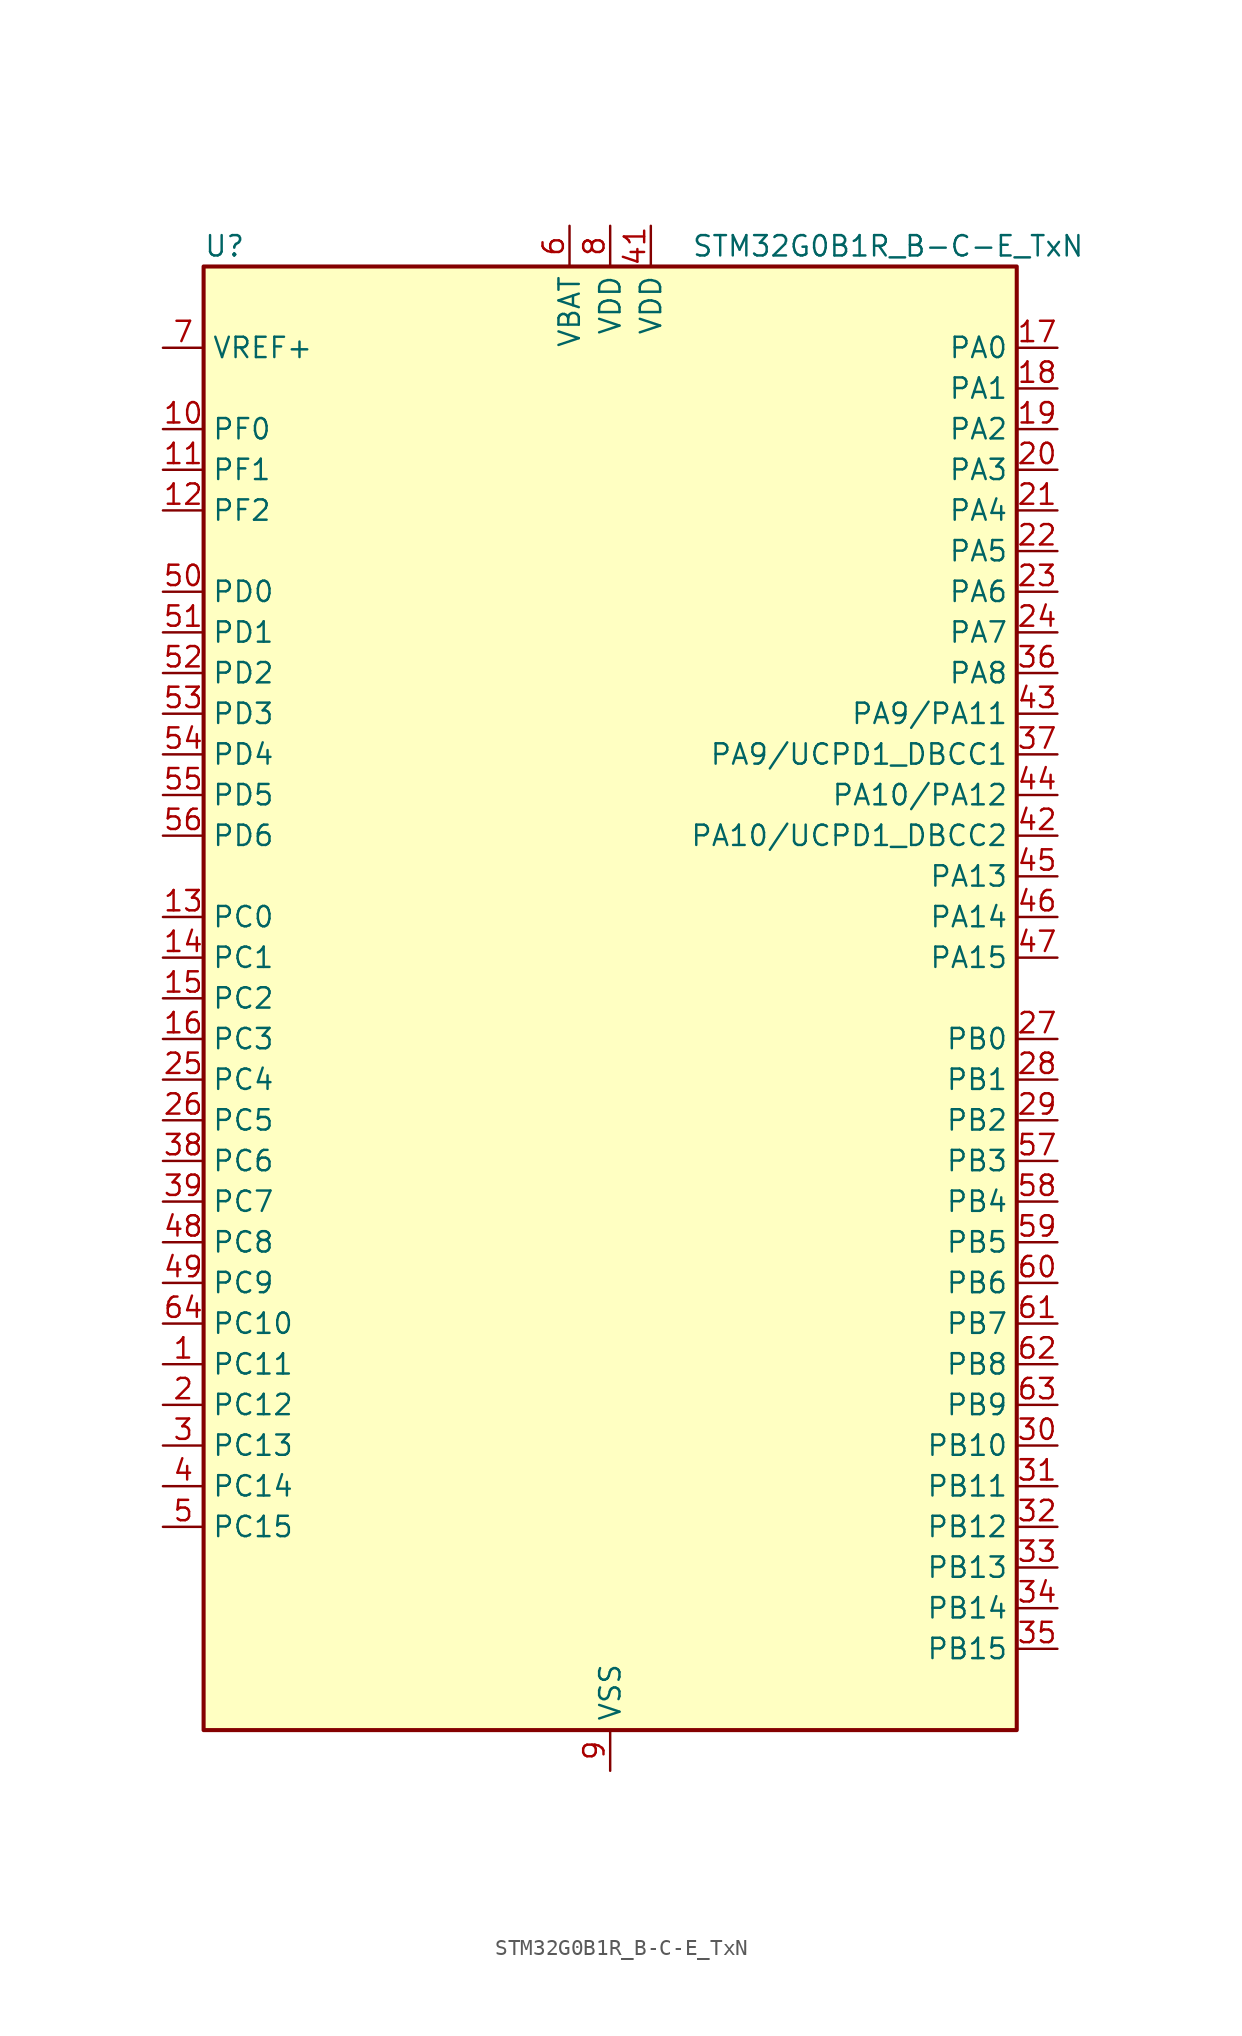
<source format=kicad_sym>
(kicad_symbol_lib
  (version 20241209)
  (generator "kicad_symbol_editor")
  (generator_version "9.0")
  (symbol "STM32G0B1R_B-C-E_TxN"
    (property "Reference" "U"
      (at -25.4 46.99 0)
      (effects (font (size 1.27 1.27)) (justify left)))
    (property "Value" "STM32G0B1R_B-C-E_TxN"
      (at 5.08 46.99 0)
      (effects (font (size 1.27 1.27)) (justify left)))
    (symbol "STM32G0B1R_B-C-E_TxN_0_1"
      (rectangle (start -25.4 -45.72) (end 25.4 45.72) (stroke (width 0.254) (type default)) (fill (type background))))
    (symbol "STM32G0B1R_B-C-E_TxN_1_1"
      (pin input line (at -27.94 40.64 0) (length 2.54) (name "VREF+" (effects (font (size 1.27 1.27)))) (number "7" (effects (font (size 1.27 1.27)))) (alternate "VREFBUF_OUT" bidirectional line))
      (pin bidirectional line (at -27.94 35.56 0) (length 2.54) (name "PF0" (effects (font (size 1.27 1.27)))) (number "10" (effects (font (size 1.27 1.27)))) (alternate "CRS1_SYNC" bidirectional line) (alternate "RCC_OSC_IN" bidirectional line) (alternate "TIM14_CH1" bidirectional line))
      (pin bidirectional line (at -27.94 33.02 0) (length 2.54) (name "PF1" (effects (font (size 1.27 1.27)))) (number "11" (effects (font (size 1.27 1.27)))) (alternate "RCC_OSC_EN" bidirectional line) (alternate "RCC_OSC_OUT" bidirectional line) (alternate "TIM15_CH1N" bidirectional line))
      (pin bidirectional line (at -27.94 30.48 0) (length 2.54) (name "PF2" (effects (font (size 1.27 1.27)))) (number "12" (effects (font (size 1.27 1.27)))) (alternate "LPUART2_DE" bidirectional line) (alternate "LPUART2_RTS" bidirectional line) (alternate "LPUART2_TX" bidirectional line) (alternate "RCC_MCO" bidirectional line))
      (pin bidirectional line (at -27.94 25.4 0) (length 2.54) (name "PD0" (effects (font (size 1.27 1.27)))) (number "50" (effects (font (size 1.27 1.27)))) (alternate "FDCAN1_RX" bidirectional line) (alternate "I2S2_WS" bidirectional line) (alternate "SPI2_NSS" bidirectional line) (alternate "TIM16_CH1" bidirectional line) (alternate "UCPD2_CC1" bidirectional line))
      (pin bidirectional line (at -27.94 22.86 0) (length 2.54) (name "PD1" (effects (font (size 1.27 1.27)))) (number "51" (effects (font (size 1.27 1.27)))) (alternate "FDCAN1_TX" bidirectional line) (alternate "I2S2_CK" bidirectional line) (alternate "SPI2_SCK" bidirectional line) (alternate "TIM17_CH1" bidirectional line) (alternate "UCPD2_DBCC1" bidirectional line))
      (pin bidirectional line (at -27.94 20.32 0) (length 2.54) (name "PD2" (effects (font (size 1.27 1.27)))) (number "52" (effects (font (size 1.27 1.27)))) (alternate "TIM1_CH1N" bidirectional line) (alternate "TIM3_ETR" bidirectional line) (alternate "UCPD2_CC2" bidirectional line) (alternate "USART3_CK" bidirectional line) (alternate "USART3_DE" bidirectional line) (alternate "USART3_RTS" bidirectional line) (alternate "USART5_RX" bidirectional line))
      (pin bidirectional line (at -27.94 17.78 0) (length 2.54) (name "PD3" (effects (font (size 1.27 1.27)))) (number "53" (effects (font (size 1.27 1.27)))) (alternate "I2S2_MCK" bidirectional line) (alternate "SPI2_MISO" bidirectional line) (alternate "TIM1_CH2N" bidirectional line) (alternate "UCPD2_DBCC2" bidirectional line) (alternate "USART2_CTS" bidirectional line) (alternate "USART2_NSS" bidirectional line) (alternate "USART5_TX" bidirectional line))
      (pin bidirectional line (at -27.94 15.24 0) (length 2.54) (name "PD4" (effects (font (size 1.27 1.27)))) (number "54" (effects (font (size 1.27 1.27)))) (alternate "I2S2_SD" bidirectional line) (alternate "SPI2_MOSI" bidirectional line) (alternate "TIM1_CH3N" bidirectional line) (alternate "USART2_CK" bidirectional line) (alternate "USART2_DE" bidirectional line) (alternate "USART2_RTS" bidirectional line) (alternate "USART5_CK" bidirectional line) (alternate "USART5_DE" bidirectional line) (alternate "USART5_RTS" bidirectional line))
      (pin bidirectional line (at -27.94 12.7 0) (length 2.54) (name "PD5" (effects (font (size 1.27 1.27)))) (number "55" (effects (font (size 1.27 1.27)))) (alternate "I2S1_MCK" bidirectional line) (alternate "SPI1_MISO" bidirectional line) (alternate "TIM1_BK" bidirectional line) (alternate "USART2_TX" bidirectional line) (alternate "USART5_CTS" bidirectional line) (alternate "USART5_NSS" bidirectional line))
      (pin bidirectional line (at -27.94 10.16 0) (length 2.54) (name "PD6" (effects (font (size 1.27 1.27)))) (number "56" (effects (font (size 1.27 1.27)))) (alternate "I2S1_SD" bidirectional line) (alternate "LPTIM2_OUT" bidirectional line) (alternate "SPI1_MOSI" bidirectional line) (alternate "USART2_RX" bidirectional line))
      (pin bidirectional line (at -27.94 5.08 0) (length 2.54) (name "PC0" (effects (font (size 1.27 1.27)))) (number "13" (effects (font (size 1.27 1.27)))) (alternate "COMP3_INM" bidirectional line) (alternate "COMP3_OUT" bidirectional line) (alternate "I2C3_SCL" bidirectional line) (alternate "LPTIM1_IN1" bidirectional line) (alternate "LPTIM2_IN1" bidirectional line) (alternate "LPUART1_RX" bidirectional line) (alternate "LPUART2_TX" bidirectional line) (alternate "USART6_TX" bidirectional line))
      (pin bidirectional line (at -27.94 2.54 0) (length 2.54) (name "PC1" (effects (font (size 1.27 1.27)))) (number "14" (effects (font (size 1.27 1.27)))) (alternate "COMP3_INP" bidirectional line) (alternate "I2C3_SDA" bidirectional line) (alternate "LPTIM1_OUT" bidirectional line) (alternate "LPUART1_TX" bidirectional line) (alternate "LPUART2_RX" bidirectional line) (alternate "TIM15_CH1" bidirectional line) (alternate "USART6_RX" bidirectional line))
      (pin bidirectional line (at -27.94 0 0) (length 2.54) (name "PC2" (effects (font (size 1.27 1.27)))) (number "15" (effects (font (size 1.27 1.27)))) (alternate "COMP3_OUT" bidirectional line) (alternate "FDCAN2_RX" bidirectional line) (alternate "I2S2_MCK" bidirectional line) (alternate "LPTIM1_IN2" bidirectional line) (alternate "SPI2_MISO" bidirectional line) (alternate "TIM15_CH2" bidirectional line))
      (pin bidirectional line (at -27.94 -2.54 0) (length 2.54) (name "PC3" (effects (font (size 1.27 1.27)))) (number "16" (effects (font (size 1.27 1.27)))) (alternate "FDCAN2_TX" bidirectional line) (alternate "I2S2_SD" bidirectional line) (alternate "LPTIM1_ETR" bidirectional line) (alternate "LPTIM2_ETR" bidirectional line) (alternate "SPI2_MOSI" bidirectional line))
      (pin bidirectional line (at -27.94 -5.08 0) (length 2.54) (name "PC4" (effects (font (size 1.27 1.27)))) (number "25" (effects (font (size 1.27 1.27)))) (alternate "ADC1_IN17" bidirectional line) (alternate "COMP1_INM" bidirectional line) (alternate "FDCAN1_RX" bidirectional line) (alternate "TIM2_CH1" bidirectional line) (alternate "TIM2_ETR" bidirectional line) (alternate "USART1_TX" bidirectional line) (alternate "USART3_TX" bidirectional line))
      (pin bidirectional line (at -27.94 -7.62 0) (length 2.54) (name "PC5" (effects (font (size 1.27 1.27)))) (number "26" (effects (font (size 1.27 1.27)))) (alternate "ADC1_IN18" bidirectional line) (alternate "COMP1_INP" bidirectional line) (alternate "FDCAN1_TX" bidirectional line) (alternate "SYS_WKUP5" bidirectional line) (alternate "TIM2_CH2" bidirectional line) (alternate "USART1_RX" bidirectional line) (alternate "USART3_RX" bidirectional line))
      (pin bidirectional line (at -27.94 -10.16 0) (length 2.54) (name "PC6" (effects (font (size 1.27 1.27)))) (number "38" (effects (font (size 1.27 1.27)))) (alternate "LPUART2_TX" bidirectional line) (alternate "TIM2_CH3" bidirectional line) (alternate "TIM3_CH1" bidirectional line) (alternate "UCPD1_FRSTX1" bidirectional line) (alternate "UCPD1_FRSTX2" bidirectional line))
      (pin bidirectional line (at -27.94 -12.7 0) (length 2.54) (name "PC7" (effects (font (size 1.27 1.27)))) (number "39" (effects (font (size 1.27 1.27)))) (alternate "LPUART2_RX" bidirectional line) (alternate "TIM2_CH4" bidirectional line) (alternate "TIM3_CH2" bidirectional line) (alternate "UCPD2_FRSTX1" bidirectional line) (alternate "UCPD2_FRSTX2" bidirectional line))
      (pin bidirectional line (at -27.94 -15.24 0) (length 2.54) (name "PC8" (effects (font (size 1.27 1.27)))) (number "48" (effects (font (size 1.27 1.27)))) (alternate "LPUART2_CTS" bidirectional line) (alternate "TIM1_CH1" bidirectional line) (alternate "TIM3_CH3" bidirectional line) (alternate "UCPD2_FRSTX1" bidirectional line) (alternate "UCPD2_FRSTX2" bidirectional line))
      (pin bidirectional line (at -27.94 -17.78 0) (length 2.54) (name "PC9" (effects (font (size 1.27 1.27)))) (number "49" (effects (font (size 1.27 1.27)))) (alternate "DAC1_EXTI9" bidirectional line) (alternate "I2S_CKIN" bidirectional line) (alternate "LPUART2_DE" bidirectional line) (alternate "LPUART2_RTS" bidirectional line) (alternate "TIM1_CH2" bidirectional line) (alternate "TIM3_CH4" bidirectional line) (alternate "USB_NOE" bidirectional line))
      (pin bidirectional line (at -27.94 -20.32 0) (length 2.54) (name "PC10" (effects (font (size 1.27 1.27)))) (number "64" (effects (font (size 1.27 1.27)))) (alternate "SPI3_SCK" bidirectional line) (alternate "TIM1_CH3" bidirectional line) (alternate "USART3_TX" bidirectional line) (alternate "USART4_TX" bidirectional line))
      (pin bidirectional line (at -27.94 -22.86 0) (length 2.54) (name "PC11" (effects (font (size 1.27 1.27)))) (number "1" (effects (font (size 1.27 1.27)))) (alternate "ADC1_EXTI11" bidirectional line) (alternate "SPI3_MISO" bidirectional line) (alternate "TIM1_CH4" bidirectional line) (alternate "USART3_RX" bidirectional line) (alternate "USART4_RX" bidirectional line))
      (pin bidirectional line (at -27.94 -25.4 0) (length 2.54) (name "PC12" (effects (font (size 1.27 1.27)))) (number "2" (effects (font (size 1.27 1.27)))) (alternate "LPTIM1_IN1" bidirectional line) (alternate "SPI3_MOSI" bidirectional line) (alternate "TIM14_CH1" bidirectional line) (alternate "UCPD1_FRSTX1" bidirectional line) (alternate "UCPD1_FRSTX2" bidirectional line) (alternate "USART5_TX" bidirectional line))
      (pin bidirectional line (at -27.94 -27.94 0) (length 2.54) (name "PC13" (effects (font (size 1.27 1.27)))) (number "3" (effects (font (size 1.27 1.27)))) (alternate "RTC_OUT1" bidirectional line) (alternate "RTC_TAMP_IN1" bidirectional line) (alternate "RTC_TS" bidirectional line) (alternate "SYS_WKUP2" bidirectional line) (alternate "TIM1_BK" bidirectional line))
      (pin bidirectional line (at -27.94 -30.48 0) (length 2.54) (name "PC14" (effects (font (size 1.27 1.27)))) (number "4" (effects (font (size 1.27 1.27)))) (alternate "RCC_OSC32_IN" bidirectional line) (alternate "TIM1_BK2" bidirectional line))
      (pin bidirectional line (at -27.94 -33.02 0) (length 2.54) (name "PC15" (effects (font (size 1.27 1.27)))) (number "5" (effects (font (size 1.27 1.27)))) (alternate "RCC_OSC32_EN" bidirectional line) (alternate "RCC_OSC32_OUT" bidirectional line) (alternate "RCC_OSC_EN" bidirectional line) (alternate "TIM15_BK" bidirectional line))
      (pin power_in line (at -2.54 48.26 270) (length 2.54) (name "VBAT" (effects (font (size 1.27 1.27)))) (number "6" (effects (font (size 1.27 1.27)))))
      (pin power_in line (at 0 48.26 270) (length 2.54) (name "VDD" (effects (font (size 1.27 1.27)))) (number "8" (effects (font (size 1.27 1.27)))))
      (pin passive line (at 0 -48.26 90) (length 2.54) (hide yes) (name "VSS" (effects (font (size 1.27 1.27)))) (number "40" (effects (font (size 1.27 1.27)))))
      (pin power_in line (at 0 -48.26 90) (length 2.54) (name "VSS" (effects (font (size 1.27 1.27)))) (number "9" (effects (font (size 1.27 1.27)))))
      (pin power_in line (at 2.54 48.26 270) (length 2.54) (name "VDD" (effects (font (size 1.27 1.27)))) (number "41" (effects (font (size 1.27 1.27)))))
      (pin bidirectional line (at 27.94 40.64 180) (length 2.54) (name "PA0" (effects (font (size 1.27 1.27)))) (number "17" (effects (font (size 1.27 1.27)))) (alternate "ADC1_IN0" bidirectional line) (alternate "COMP1_INM" bidirectional line) (alternate "COMP1_OUT" bidirectional line) (alternate "I2S2_CK" bidirectional line) (alternate "LPTIM1_OUT" bidirectional line) (alternate "RTC_TAMP_IN2" bidirectional line) (alternate "SPI2_SCK" bidirectional line) (alternate "SYS_WKUP1" bidirectional line) (alternate "TIM2_CH1" bidirectional line) (alternate "TIM2_ETR" bidirectional line) (alternate "UCPD2_FRSTX1" bidirectional line) (alternate "UCPD2_FRSTX2" bidirectional line) (alternate "USART2_CTS" bidirectional line) (alternate "USART2_NSS" bidirectional line) (alternate "USART4_TX" bidirectional line))
      (pin bidirectional line (at 27.94 38.1 180) (length 2.54) (name "PA1" (effects (font (size 1.27 1.27)))) (number "18" (effects (font (size 1.27 1.27)))) (alternate "ADC1_IN1" bidirectional line) (alternate "COMP1_INP" bidirectional line) (alternate "I2C1_SMBA" bidirectional line) (alternate "I2S1_CK" bidirectional line) (alternate "SPI1_SCK" bidirectional line) (alternate "TIM15_CH1N" bidirectional line) (alternate "TIM2_CH2" bidirectional line) (alternate "USART2_CK" bidirectional line) (alternate "USART2_DE" bidirectional line) (alternate "USART2_RTS" bidirectional line) (alternate "USART4_RX" bidirectional line))
      (pin bidirectional line (at 27.94 35.56 180) (length 2.54) (name "PA2" (effects (font (size 1.27 1.27)))) (number "19" (effects (font (size 1.27 1.27)))) (alternate "ADC1_IN2" bidirectional line) (alternate "COMP2_INM" bidirectional line) (alternate "COMP2_OUT" bidirectional line) (alternate "I2S1_SD" bidirectional line) (alternate "LPUART1_TX" bidirectional line) (alternate "RCC_LSCO" bidirectional line) (alternate "SPI1_MOSI" bidirectional line) (alternate "SYS_WKUP4" bidirectional line) (alternate "TIM15_CH1" bidirectional line) (alternate "TIM2_CH3" bidirectional line) (alternate "UCPD1_FRSTX1" bidirectional line) (alternate "UCPD1_FRSTX2" bidirectional line) (alternate "USART2_TX" bidirectional line))
      (pin bidirectional line (at 27.94 33.02 180) (length 2.54) (name "PA3" (effects (font (size 1.27 1.27)))) (number "20" (effects (font (size 1.27 1.27)))) (alternate "ADC1_IN3" bidirectional line) (alternate "COMP2_INP" bidirectional line) (alternate "I2S2_MCK" bidirectional line) (alternate "LPUART1_RX" bidirectional line) (alternate "SPI2_MISO" bidirectional line) (alternate "TIM15_CH2" bidirectional line) (alternate "TIM2_CH4" bidirectional line) (alternate "UCPD2_FRSTX1" bidirectional line) (alternate "UCPD2_FRSTX2" bidirectional line) (alternate "USART2_RX" bidirectional line))
      (pin bidirectional line (at 27.94 30.48 180) (length 2.54) (name "PA4" (effects (font (size 1.27 1.27)))) (number "21" (effects (font (size 1.27 1.27)))) (alternate "ADC1_IN4" bidirectional line) (alternate "DAC1_OUT1" bidirectional line) (alternate "I2S1_WS" bidirectional line) (alternate "I2S2_SD" bidirectional line) (alternate "LPTIM2_OUT" bidirectional line) (alternate "RTC_OUT2" bidirectional line) (alternate "SPI1_NSS" bidirectional line) (alternate "SPI2_MOSI" bidirectional line) (alternate "SPI3_NSS" bidirectional line) (alternate "TIM14_CH1" bidirectional line) (alternate "UCPD2_FRSTX1" bidirectional line) (alternate "UCPD2_FRSTX2" bidirectional line) (alternate "USART6_TX" bidirectional line) (alternate "USB_NOE" bidirectional line))
      (pin bidirectional line (at 27.94 27.94 180) (length 2.54) (name "PA5" (effects (font (size 1.27 1.27)))) (number "22" (effects (font (size 1.27 1.27)))) (alternate "ADC1_IN5" bidirectional line) (alternate "CEC" bidirectional line) (alternate "DAC1_OUT2" bidirectional line) (alternate "I2S1_CK" bidirectional line) (alternate "LPTIM2_ETR" bidirectional line) (alternate "SPI1_SCK" bidirectional line) (alternate "TIM2_CH1" bidirectional line) (alternate "TIM2_ETR" bidirectional line) (alternate "UCPD1_FRSTX1" bidirectional line) (alternate "UCPD1_FRSTX2" bidirectional line) (alternate "USART3_TX" bidirectional line) (alternate "USART6_RX" bidirectional line))
      (pin bidirectional line (at 27.94 25.4 180) (length 2.54) (name "PA6" (effects (font (size 1.27 1.27)))) (number "23" (effects (font (size 1.27 1.27)))) (alternate "ADC1_IN6" bidirectional line) (alternate "COMP1_OUT" bidirectional line) (alternate "I2C2_SDA" bidirectional line) (alternate "I2C3_SDA" bidirectional line) (alternate "I2S1_MCK" bidirectional line) (alternate "LPUART1_CTS" bidirectional line) (alternate "SPI1_MISO" bidirectional line) (alternate "TIM16_CH1" bidirectional line) (alternate "TIM1_BK" bidirectional line) (alternate "TIM3_CH1" bidirectional line) (alternate "USART3_CTS" bidirectional line) (alternate "USART3_NSS" bidirectional line) (alternate "USART6_CTS" bidirectional line) (alternate "USART6_NSS" bidirectional line))
      (pin bidirectional line (at 27.94 22.86 180) (length 2.54) (name "PA7" (effects (font (size 1.27 1.27)))) (number "24" (effects (font (size 1.27 1.27)))) (alternate "ADC1_IN7" bidirectional line) (alternate "COMP2_OUT" bidirectional line) (alternate "I2C2_SCL" bidirectional line) (alternate "I2C3_SCL" bidirectional line) (alternate "I2S1_SD" bidirectional line) (alternate "SPI1_MOSI" bidirectional line) (alternate "TIM14_CH1" bidirectional line) (alternate "TIM17_CH1" bidirectional line) (alternate "TIM1_CH1N" bidirectional line) (alternate "TIM3_CH2" bidirectional line) (alternate "UCPD1_FRSTX1" bidirectional line) (alternate "UCPD1_FRSTX2" bidirectional line) (alternate "USART6_CK" bidirectional line) (alternate "USART6_DE" bidirectional line) (alternate "USART6_RTS" bidirectional line))
      (pin bidirectional line (at 27.94 20.32 180) (length 2.54) (name "PA8" (effects (font (size 1.27 1.27)))) (number "36" (effects (font (size 1.27 1.27)))) (alternate "CRS1_SYNC" bidirectional line) (alternate "I2C2_SMBA" bidirectional line) (alternate "I2S2_WS" bidirectional line) (alternate "LPTIM2_OUT" bidirectional line) (alternate "RCC_MCO" bidirectional line) (alternate "SPI2_NSS" bidirectional line) (alternate "TIM1_CH1" bidirectional line) (alternate "UCPD1_CC1" bidirectional line))
      (pin bidirectional line (at 27.94 17.78 180) (length 2.54) (name "PA9/PA11" (effects (font (size 1.27 1.27)))) (number "43" (effects (font (size 1.27 1.27)))) (alternate "ADC1_EXTI11 (PA11)" bidirectional line) (alternate "COMP1_OUT (PA11)" bidirectional line) (alternate "DAC1_EXTI9 (PA9)" bidirectional line) (alternate "FDCAN1_RX (PA11)" bidirectional line) (alternate "I2C1_SCL (PA9)" bidirectional line) (alternate "I2C2_SCL (PA11)" bidirectional line) (alternate "I2C2_SCL (PA9)" bidirectional line) (alternate "I2S1_MCK (PA11)" bidirectional line) (alternate "I2S2_MCK (PA9)" bidirectional line) (alternate "PA11" bidirectional line) (alternate "PA9" bidirectional line) (alternate "RCC_MCO (PA9)" bidirectional line) (alternate "SPI1_MISO (PA11)" bidirectional line) (alternate "SPI2_MISO (PA9)" bidirectional line) (alternate "TIM15_BK (PA9)" bidirectional line) (alternate "TIM1_BK2 (PA11)" bidirectional line) (alternate "TIM1_CH2 (PA9)" bidirectional line) (alternate "TIM1_CH4 (PA11)" bidirectional line) (alternate "UCPD1_DBCC1 (PA9)" bidirectional line) (alternate "USART1_CTS (PA11)" bidirectional line) (alternate "USART1_NSS (PA11)" bidirectional line) (alternate "USART1_TX (PA9)" bidirectional line) (alternate "USB_DM (PA11)" bidirectional line))
      (pin bidirectional line (at 27.94 15.24 180) (length 2.54) (name "PA9/UCPD1_DBCC1" (effects (font (size 1.27 1.27)))) (number "37" (effects (font (size 1.27 1.27)))) (alternate "DAC1_EXTI9 (PA9)" bidirectional line) (alternate "I2C1_SCL (PA9)" bidirectional line) (alternate "I2C2_SCL (PA9)" bidirectional line) (alternate "I2S2_MCK (PA9)" bidirectional line) (alternate "PA9" bidirectional line) (alternate "RCC_MCO (PA9)" bidirectional line) (alternate "SPI2_MISO (PA9)" bidirectional line) (alternate "TIM15_BK (PA9)" bidirectional line) (alternate "TIM1_CH2 (PA9)" bidirectional line) (alternate "UCPD1_DBCC1" bidirectional line) (alternate "UCPD1_DBCC1 (PA9)" bidirectional line) (alternate "UCPD1_DBCC1 (UCPD1_DBCC1)" bidirectional line) (alternate "USART1_TX (PA9)" bidirectional line))
      (pin bidirectional line (at 27.94 12.7 180) (length 2.54) (name "PA10/PA12" (effects (font (size 1.27 1.27)))) (number "44" (effects (font (size 1.27 1.27)))) (alternate "COMP2_OUT (PA12)" bidirectional line) (alternate "FDCAN1_TX (PA12)" bidirectional line) (alternate "I2C1_SDA (PA10)" bidirectional line) (alternate "I2C2_SDA (PA10)" bidirectional line) (alternate "I2C2_SDA (PA12)" bidirectional line) (alternate "I2S1_SD (PA12)" bidirectional line) (alternate "I2S2_SD (PA10)" bidirectional line) (alternate "I2S_CKIN (PA12)" bidirectional line) (alternate "PA10" bidirectional line) (alternate "PA12" bidirectional line) (alternate "RCC_MCO_2 (PA10)" bidirectional line) (alternate "SPI1_MOSI (PA12)" bidirectional line) (alternate "SPI2_MOSI (PA10)" bidirectional line) (alternate "TIM17_BK (PA10)" bidirectional line) (alternate "TIM1_CH3 (PA10)" bidirectional line) (alternate "TIM1_ETR (PA12)" bidirectional line) (alternate "UCPD1_DBCC2 (PA10)" bidirectional line) (alternate "USART1_CK (PA12)" bidirectional line) (alternate "USART1_DE (PA12)" bidirectional line) (alternate "USART1_RTS (PA12)" bidirectional line) (alternate "USART1_RX (PA10)" bidirectional line) (alternate "USB_DP (PA12)" bidirectional line))
      (pin bidirectional line (at 27.94 10.16 180) (length 2.54) (name "PA10/UCPD1_DBCC2" (effects (font (size 1.27 1.27)))) (number "42" (effects (font (size 1.27 1.27)))) (alternate "I2C1_SDA (PA10)" bidirectional line) (alternate "I2C2_SDA (PA10)" bidirectional line) (alternate "I2S2_SD (PA10)" bidirectional line) (alternate "PA10" bidirectional line) (alternate "RCC_MCO_2 (PA10)" bidirectional line) (alternate "SPI2_MOSI (PA10)" bidirectional line) (alternate "TIM17_BK (PA10)" bidirectional line) (alternate "TIM1_CH3 (PA10)" bidirectional line) (alternate "UCPD1_DBCC2" bidirectional line) (alternate "UCPD1_DBCC2 (PA10)" bidirectional line) (alternate "UCPD1_DBCC2 (UCPD1_DBCC2)" bidirectional line) (alternate "USART1_RX (PA10)" bidirectional line))
      (pin bidirectional line (at 27.94 7.62 180) (length 2.54) (name "PA13" (effects (font (size 1.27 1.27)))) (number "45" (effects (font (size 1.27 1.27)))) (alternate "IR_OUT" bidirectional line) (alternate "LPUART2_RX" bidirectional line) (alternate "SYS_SWDIO" bidirectional line) (alternate "USB_NOE" bidirectional line))
      (pin bidirectional line (at 27.94 5.08 180) (length 2.54) (name "PA14" (effects (font (size 1.27 1.27)))) (number "46" (effects (font (size 1.27 1.27)))) (alternate "LPUART2_TX" bidirectional line) (alternate "SYS_SWCLK" bidirectional line) (alternate "USART2_TX" bidirectional line))
      (pin bidirectional line (at 27.94 2.54 180) (length 2.54) (name "PA15" (effects (font (size 1.27 1.27)))) (number "47" (effects (font (size 1.27 1.27)))) (alternate "I2C2_SMBA" bidirectional line) (alternate "I2S1_WS" bidirectional line) (alternate "RCC_MCO_2" bidirectional line) (alternate "SPI1_NSS" bidirectional line) (alternate "SPI3_NSS" bidirectional line) (alternate "TIM2_CH1" bidirectional line) (alternate "TIM2_ETR" bidirectional line) (alternate "USART2_RX" bidirectional line) (alternate "USART3_CK" bidirectional line) (alternate "USART3_DE" bidirectional line) (alternate "USART3_RTS" bidirectional line) (alternate "USART4_CK" bidirectional line) (alternate "USART4_DE" bidirectional line) (alternate "USART4_RTS" bidirectional line) (alternate "USB_NOE" bidirectional line))
      (pin bidirectional line (at 27.94 -2.54 180) (length 2.54) (name "PB0" (effects (font (size 1.27 1.27)))) (number "27" (effects (font (size 1.27 1.27)))) (alternate "ADC1_IN8" bidirectional line) (alternate "COMP1_OUT" bidirectional line) (alternate "COMP3_INP" bidirectional line) (alternate "FDCAN2_RX" bidirectional line) (alternate "I2S1_WS" bidirectional line) (alternate "LPTIM1_OUT" bidirectional line) (alternate "LPUART2_CTS" bidirectional line) (alternate "SPI1_NSS" bidirectional line) (alternate "TIM1_CH2N" bidirectional line) (alternate "TIM3_CH3" bidirectional line) (alternate "UCPD1_FRSTX1" bidirectional line) (alternate "UCPD1_FRSTX2" bidirectional line) (alternate "USART3_RX" bidirectional line) (alternate "USART5_TX" bidirectional line))
      (pin bidirectional line (at 27.94 -5.08 180) (length 2.54) (name "PB1" (effects (font (size 1.27 1.27)))) (number "28" (effects (font (size 1.27 1.27)))) (alternate "ADC1_IN9" bidirectional line) (alternate "COMP1_INM" bidirectional line) (alternate "COMP3_OUT" bidirectional line) (alternate "FDCAN2_TX" bidirectional line) (alternate "LPTIM2_IN1" bidirectional line) (alternate "LPUART1_DE" bidirectional line) (alternate "LPUART1_RTS" bidirectional line) (alternate "LPUART2_DE" bidirectional line) (alternate "LPUART2_RTS" bidirectional line) (alternate "TIM14_CH1" bidirectional line) (alternate "TIM1_CH3N" bidirectional line) (alternate "TIM3_CH4" bidirectional line) (alternate "USART3_CK" bidirectional line) (alternate "USART3_DE" bidirectional line) (alternate "USART3_RTS" bidirectional line) (alternate "USART5_RX" bidirectional line))
      (pin bidirectional line (at 27.94 -7.62 180) (length 2.54) (name "PB2" (effects (font (size 1.27 1.27)))) (number "29" (effects (font (size 1.27 1.27)))) (alternate "ADC1_IN10" bidirectional line) (alternate "COMP1_INP" bidirectional line) (alternate "COMP3_INM" bidirectional line) (alternate "I2S2_MCK" bidirectional line) (alternate "LPTIM1_OUT" bidirectional line) (alternate "RCC_MCO_2" bidirectional line) (alternate "SPI2_MISO" bidirectional line) (alternate "USART3_TX" bidirectional line))
      (pin bidirectional line (at 27.94 -10.16 180) (length 2.54) (name "PB3" (effects (font (size 1.27 1.27)))) (number "57" (effects (font (size 1.27 1.27)))) (alternate "COMP2_INM" bidirectional line) (alternate "I2C2_SCL" bidirectional line) (alternate "I2C3_SCL" bidirectional line) (alternate "I2S1_CK" bidirectional line) (alternate "SPI1_SCK" bidirectional line) (alternate "SPI3_SCK" bidirectional line) (alternate "TIM1_CH2" bidirectional line) (alternate "TIM2_CH2" bidirectional line) (alternate "USART1_CK" bidirectional line) (alternate "USART1_DE" bidirectional line) (alternate "USART1_RTS" bidirectional line) (alternate "USART5_TX" bidirectional line))
      (pin bidirectional line (at 27.94 -12.7 180) (length 2.54) (name "PB4" (effects (font (size 1.27 1.27)))) (number "58" (effects (font (size 1.27 1.27)))) (alternate "COMP2_INP" bidirectional line) (alternate "I2C2_SDA" bidirectional line) (alternate "I2C3_SDA" bidirectional line) (alternate "I2S1_MCK" bidirectional line) (alternate "SPI1_MISO" bidirectional line) (alternate "SPI3_MISO" bidirectional line) (alternate "TIM17_BK" bidirectional line) (alternate "TIM3_CH1" bidirectional line) (alternate "USART1_CTS" bidirectional line) (alternate "USART1_NSS" bidirectional line) (alternate "USART5_RX" bidirectional line))
      (pin bidirectional line (at 27.94 -15.24 180) (length 2.54) (name "PB5" (effects (font (size 1.27 1.27)))) (number "59" (effects (font (size 1.27 1.27)))) (alternate "COMP2_OUT" bidirectional line) (alternate "FDCAN2_RX" bidirectional line) (alternate "I2C1_SMBA" bidirectional line) (alternate "I2S1_SD" bidirectional line) (alternate "LPTIM1_IN1" bidirectional line) (alternate "SPI1_MOSI" bidirectional line) (alternate "SPI3_MOSI" bidirectional line) (alternate "SYS_WKUP6" bidirectional line) (alternate "TIM16_BK" bidirectional line) (alternate "TIM3_CH2" bidirectional line) (alternate "USART5_CK" bidirectional line) (alternate "USART5_DE" bidirectional line) (alternate "USART5_RTS" bidirectional line))
      (pin bidirectional line (at 27.94 -17.78 180) (length 2.54) (name "PB6" (effects (font (size 1.27 1.27)))) (number "60" (effects (font (size 1.27 1.27)))) (alternate "COMP2_INP" bidirectional line) (alternate "FDCAN2_TX" bidirectional line) (alternate "I2C1_SCL" bidirectional line) (alternate "I2S2_MCK" bidirectional line) (alternate "LPTIM1_ETR" bidirectional line) (alternate "LPUART2_TX" bidirectional line) (alternate "SPI2_MISO" bidirectional line) (alternate "TIM16_CH1N" bidirectional line) (alternate "TIM1_CH3" bidirectional line) (alternate "TIM4_CH1" bidirectional line) (alternate "USART1_TX" bidirectional line) (alternate "USART5_CTS" bidirectional line) (alternate "USART5_NSS" bidirectional line))
      (pin bidirectional line (at 27.94 -20.32 180) (length 2.54) (name "PB7" (effects (font (size 1.27 1.27)))) (number "61" (effects (font (size 1.27 1.27)))) (alternate "COMP2_INM" bidirectional line) (alternate "I2C1_SDA" bidirectional line) (alternate "I2S2_SD" bidirectional line) (alternate "LPTIM1_IN2" bidirectional line) (alternate "LPUART2_RX" bidirectional line) (alternate "SPI2_MOSI" bidirectional line) (alternate "SYS_PVD_IN" bidirectional line) (alternate "TIM17_CH1N" bidirectional line) (alternate "TIM4_CH2" bidirectional line) (alternate "USART1_RX" bidirectional line) (alternate "USART4_CTS" bidirectional line) (alternate "USART4_NSS" bidirectional line))
      (pin bidirectional line (at 27.94 -22.86 180) (length 2.54) (name "PB8" (effects (font (size 1.27 1.27)))) (number "62" (effects (font (size 1.27 1.27)))) (alternate "CEC" bidirectional line) (alternate "FDCAN1_RX" bidirectional line) (alternate "I2C1_SCL" bidirectional line) (alternate "I2S2_CK" bidirectional line) (alternate "SPI2_SCK" bidirectional line) (alternate "TIM15_BK" bidirectional line) (alternate "TIM16_CH1" bidirectional line) (alternate "TIM4_CH3" bidirectional line) (alternate "USART3_TX" bidirectional line) (alternate "USART6_TX" bidirectional line))
      (pin bidirectional line (at 27.94 -25.4 180) (length 2.54) (name "PB9" (effects (font (size 1.27 1.27)))) (number "63" (effects (font (size 1.27 1.27)))) (alternate "DAC1_EXTI9" bidirectional line) (alternate "FDCAN1_TX" bidirectional line) (alternate "I2C1_SDA" bidirectional line) (alternate "I2S2_WS" bidirectional line) (alternate "IR_OUT" bidirectional line) (alternate "SPI2_NSS" bidirectional line) (alternate "TIM17_CH1" bidirectional line) (alternate "TIM4_CH4" bidirectional line) (alternate "UCPD2_FRSTX1" bidirectional line) (alternate "UCPD2_FRSTX2" bidirectional line) (alternate "USART3_RX" bidirectional line) (alternate "USART6_RX" bidirectional line))
      (pin bidirectional line (at 27.94 -27.94 180) (length 2.54) (name "PB10" (effects (font (size 1.27 1.27)))) (number "30" (effects (font (size 1.27 1.27)))) (alternate "ADC1_IN11" bidirectional line) (alternate "CEC" bidirectional line) (alternate "COMP1_OUT" bidirectional line) (alternate "I2C2_SCL" bidirectional line) (alternate "I2S2_CK" bidirectional line) (alternate "LPUART1_RX" bidirectional line) (alternate "SPI2_SCK" bidirectional line) (alternate "TIM2_CH3" bidirectional line) (alternate "USART3_TX" bidirectional line))
      (pin bidirectional line (at 27.94 -30.48 180) (length 2.54) (name "PB11" (effects (font (size 1.27 1.27)))) (number "31" (effects (font (size 1.27 1.27)))) (alternate "ADC1_EXTI11" bidirectional line) (alternate "ADC1_IN15" bidirectional line) (alternate "COMP2_OUT" bidirectional line) (alternate "I2C2_SDA" bidirectional line) (alternate "I2S2_SD" bidirectional line) (alternate "LPUART1_TX" bidirectional line) (alternate "SPI2_MOSI" bidirectional line) (alternate "TIM2_CH4" bidirectional line) (alternate "USART3_RX" bidirectional line))
      (pin bidirectional line (at 27.94 -33.02 180) (length 2.54) (name "PB12" (effects (font (size 1.27 1.27)))) (number "32" (effects (font (size 1.27 1.27)))) (alternate "ADC1_IN16" bidirectional line) (alternate "FDCAN2_RX" bidirectional line) (alternate "I2C2_SMBA" bidirectional line) (alternate "I2S2_WS" bidirectional line) (alternate "LPUART1_DE" bidirectional line) (alternate "LPUART1_RTS" bidirectional line) (alternate "SPI2_NSS" bidirectional line) (alternate "TIM15_BK" bidirectional line) (alternate "TIM1_BK" bidirectional line) (alternate "UCPD2_FRSTX1" bidirectional line) (alternate "UCPD2_FRSTX2" bidirectional line))
      (pin bidirectional line (at 27.94 -35.56 180) (length 2.54) (name "PB13" (effects (font (size 1.27 1.27)))) (number "33" (effects (font (size 1.27 1.27)))) (alternate "FDCAN2_TX" bidirectional line) (alternate "I2C2_SCL" bidirectional line) (alternate "I2S2_CK" bidirectional line) (alternate "LPUART1_CTS" bidirectional line) (alternate "SPI2_SCK" bidirectional line) (alternate "TIM15_CH1N" bidirectional line) (alternate "TIM1_CH1N" bidirectional line) (alternate "USART3_CTS" bidirectional line) (alternate "USART3_NSS" bidirectional line))
      (pin bidirectional line (at 27.94 -38.1 180) (length 2.54) (name "PB14" (effects (font (size 1.27 1.27)))) (number "34" (effects (font (size 1.27 1.27)))) (alternate "I2C2_SDA" bidirectional line) (alternate "I2S2_MCK" bidirectional line) (alternate "SPI2_MISO" bidirectional line) (alternate "TIM15_CH1" bidirectional line) (alternate "TIM1_CH2N" bidirectional line) (alternate "UCPD1_FRSTX1" bidirectional line) (alternate "UCPD1_FRSTX2" bidirectional line) (alternate "USART3_CK" bidirectional line) (alternate "USART3_DE" bidirectional line) (alternate "USART3_RTS" bidirectional line) (alternate "USART6_CK" bidirectional line) (alternate "USART6_DE" bidirectional line) (alternate "USART6_RTS" bidirectional line))
      (pin bidirectional line (at 27.94 -40.64 180) (length 2.54) (name "PB15" (effects (font (size 1.27 1.27)))) (number "35" (effects (font (size 1.27 1.27)))) (alternate "I2S2_SD" bidirectional line) (alternate "RTC_REFIN" bidirectional line) (alternate "SPI2_MOSI" bidirectional line) (alternate "TIM15_CH1N" bidirectional line) (alternate "TIM15_CH2" bidirectional line) (alternate "TIM1_CH3N" bidirectional line) (alternate "UCPD1_CC2" bidirectional line) (alternate "USART6_CTS" bidirectional line) (alternate "USART6_NSS" bidirectional line)))))
</source>
